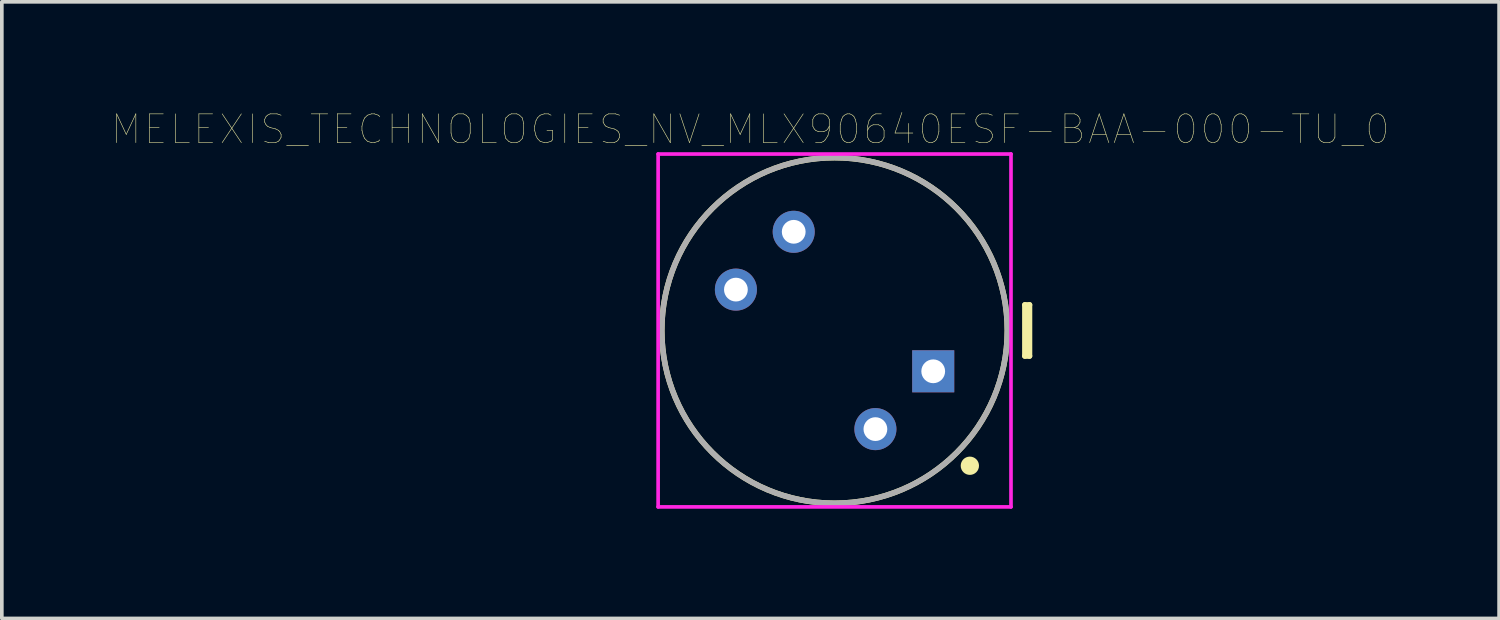
<source format=kicad_pcb>
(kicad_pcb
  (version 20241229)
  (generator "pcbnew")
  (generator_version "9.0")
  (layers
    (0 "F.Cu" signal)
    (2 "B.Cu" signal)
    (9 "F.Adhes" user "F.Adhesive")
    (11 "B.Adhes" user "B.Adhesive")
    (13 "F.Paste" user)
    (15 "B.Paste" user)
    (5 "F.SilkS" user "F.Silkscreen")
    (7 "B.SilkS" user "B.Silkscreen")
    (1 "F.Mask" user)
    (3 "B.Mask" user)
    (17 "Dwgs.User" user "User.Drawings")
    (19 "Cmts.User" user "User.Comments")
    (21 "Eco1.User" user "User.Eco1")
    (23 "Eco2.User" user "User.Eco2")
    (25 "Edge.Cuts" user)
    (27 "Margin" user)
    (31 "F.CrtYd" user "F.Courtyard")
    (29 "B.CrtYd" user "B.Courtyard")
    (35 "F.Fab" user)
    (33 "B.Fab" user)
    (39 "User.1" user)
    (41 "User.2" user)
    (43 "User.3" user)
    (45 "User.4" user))
  (footprint "MELEXIS_TECHNOLOGIES_NV_MLX90640ESF-BAA-000-TU_0"
    (layer "F.Cu")
    (at 19.773 5.987)
    (property "Reference" "MELEXIS_TECHNOLOGIES_NV_MLX90640ESF-BAA-000-TU_0" (at -2.3 -5.5 0) (layer "F.SilkS") (effects (font (size 0.787 0.787) (thickness 0.015))))
    (attr through_hole)
    (fp_line (start 5.204 -0.7) (end 5.204 0.7) (stroke (width 0.15) (type solid)) (layer "F.SilkS"))
    (fp_line (start 5.204 0.7) (end 5.332 0.7) (stroke (width 0.15) (type solid)) (layer "F.SilkS"))
    (fp_line (start 5.332 -0.7) (end 5.204 -0.7) (stroke (width 0.15) (type solid)) (layer "F.SilkS"))
    (fp_line (start 5.332 0.7) (end 5.332 -0.7) (stroke (width 0.15) (type solid)) (layer "F.SilkS"))
    (fp_circle (center 0 0) (end 4.725 0) (stroke (width 0.15) (type solid)) (fill no) (layer "F.SilkS"))
    (fp_circle (center 3.7 3.7) (end 3.95 3.7) (stroke (width 0) (type solid)) (fill yes) (layer "F.SilkS"))
    (fp_line (start -4.825 -4.825) (end 4.825 -4.825) (stroke (width 0.1) (type solid)) (layer "F.CrtYd"))
    (fp_line (start -4.825 4.825) (end -4.825 -4.825) (stroke (width 0.1) (type solid)) (layer "F.CrtYd"))
    (fp_line (start 4.825 -4.825) (end 4.825 4.825) (stroke (width 0.1) (type solid)) (layer "F.CrtYd"))
    (fp_line (start 4.825 4.825) (end -4.825 4.825) (stroke (width 0.1) (type solid)) (layer "F.CrtYd"))
    (fp_circle (center 0 0) (end 4.725 0) (stroke (width 0.15) (type solid)) (fill no) (layer "F.Fab"))
    (pad "1" thru_hole rect (at 2.698 1.117) (size 1.15 1.15) (drill 0.65) (layers "*.Cu" "*.Mask"))
    (pad "2" thru_hole circle (at -1.117 -2.698) (size 1.15 1.15) (drill 0.65) (layers "*.Cu" "*.Mask"))
    (pad "3" thru_hole circle (at -2.698 -1.117) (size 1.15 1.15) (drill 0.65) (layers "*.Cu" "*.Mask"))
    (pad "4" thru_hole circle (at 1.117 2.698) (size 1.15 1.15) (drill 0.65) (layers "*.Cu" "*.Mask")))
  (gr_rect
    (start -3 -3)
    (end 37.946 13.862)
    (stroke (width 0.1) (type default))
    (fill no)
    (layer "Edge.Cuts")))
</source>
